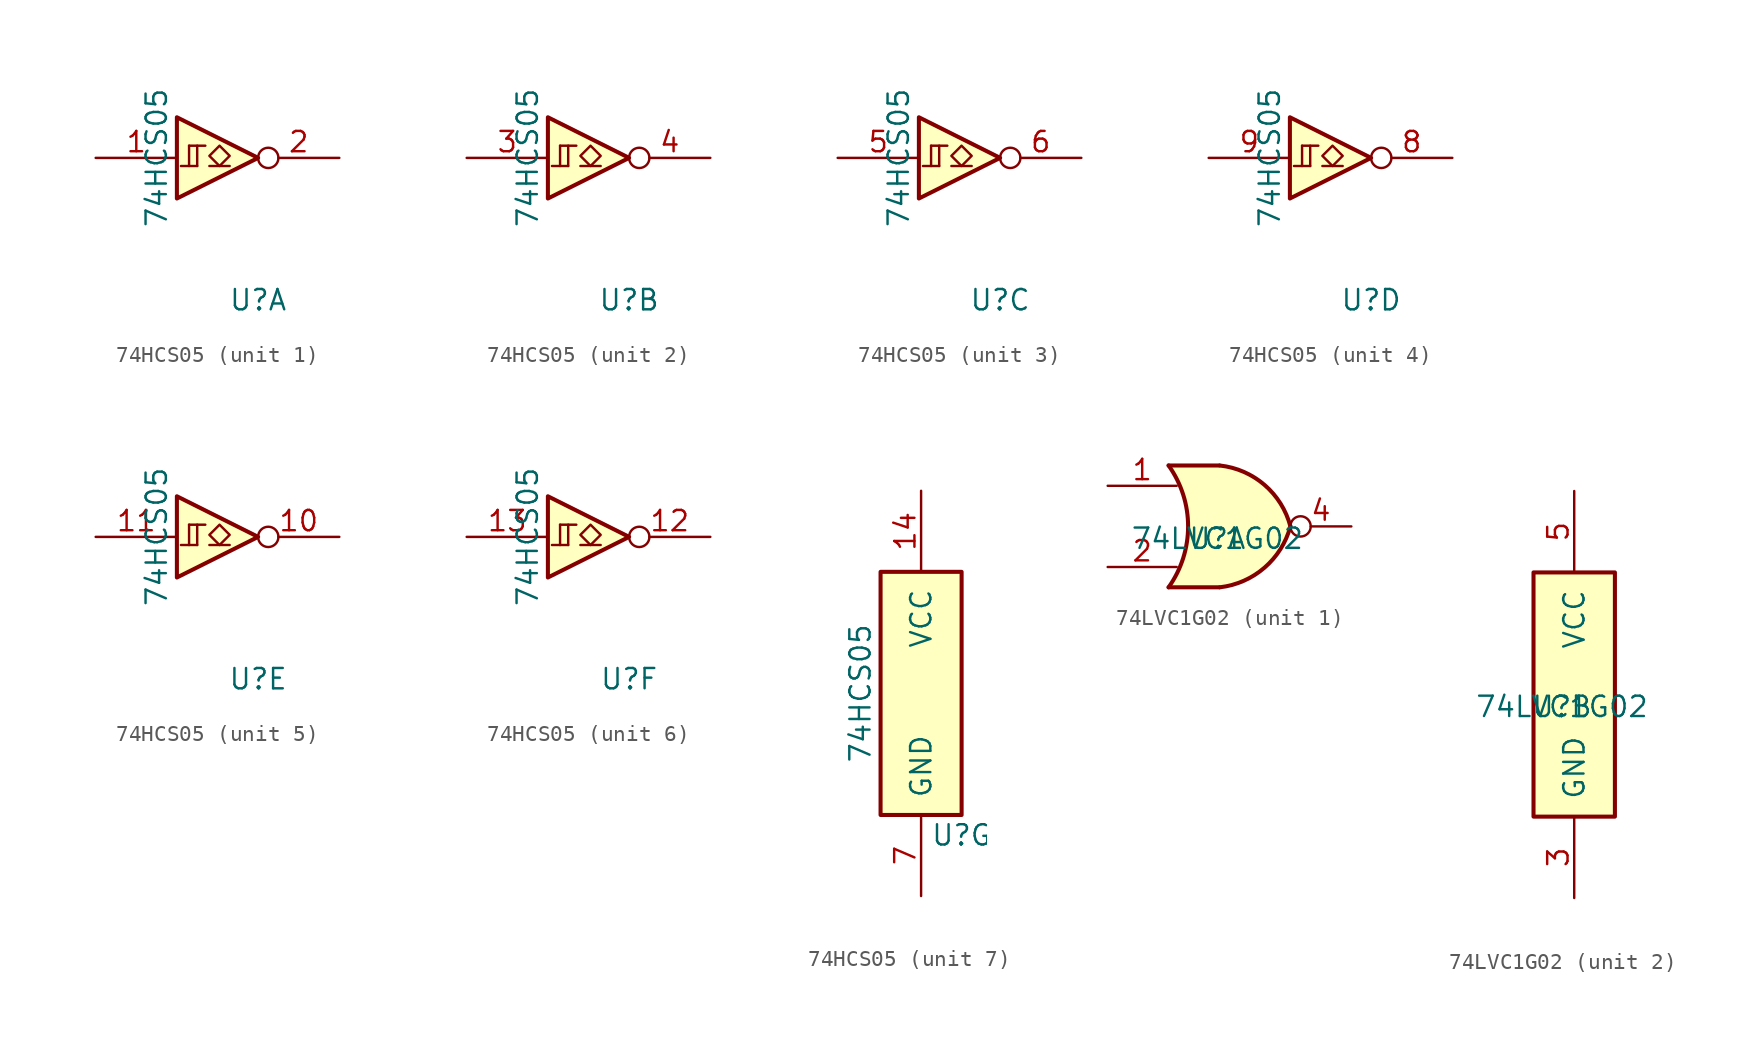
<source format=kicad_sym>
(kicad_symbol_lib
  (version 20211014)
  (generator kicad_symbol_editor)
  (symbol "74HCS05"
    (pin_names
      (offset 1.016))
    (property "Reference" "U"
      (at 2.54 -8.89 0)
      (effects (font (size 1.27 1.27))))
    (property "Value" "74HCS05"
      (at -3.81 0 90)
      (effects (font (size 1.27 1.27))))
    (property "ki_locked" ""
      (at 0 0 0)
      (effects (font (size 1.27 1.27))))
    (symbol "74HCS05_1_0"
      (polyline (pts (xy -2.54 2.54) (xy -2.54 -2.54) (xy 2.54 0) (xy -2.54 2.54)) (stroke (width 0.254) (type default) (color 0 0 0 0)) (fill (type background)))
      (pin input line (at -7.62 0 0) (length 5.08) (name "~" (effects (font (size 1.27 1.27)))) (number "1" (effects (font (size 1.27 1.27)))))
      (pin open_collector inverted (at 7.62 0 180) (length 5.08) (name "~" (effects (font (size 1.27 1.27)))) (number "2" (effects (font (size 1.27 1.27))))))
    (symbol "74HCS05_1_1"
      (polyline (pts (xy -2.286 -0.508) (xy -1.27 -0.508)) (stroke (width 0) (type default) (color 0 0 0 0)) (fill (type none)))
      (polyline (pts (xy -1.778 -0.508) (xy -1.778 0.762)) (stroke (width 0) (type default) (color 0 0 0 0)) (fill (type none)))
      (polyline (pts (xy -1.778 0.762) (xy -0.762 0.762)) (stroke (width 0) (type default) (color 0 0 0 0)) (fill (type none)))
      (polyline (pts (xy -1.27 -0.508) (xy -1.27 0.762)) (stroke (width 0) (type default) (color 0 0 0 0)) (fill (type none)))
      (polyline (pts (xy -0.508 -0.508) (xy 0.762 -0.508)) (stroke (width 0) (type default) (color 0 0 0 0)) (fill (type none)))
      (polyline (pts (xy 0.127 0.762) (xy -0.508 0.127) (xy 0.127 -0.508) (xy 0.762 0.127) (xy 0.127 0.762)) (stroke (width 0) (type default) (color 0 0 0 0)) (fill (type none))))
    (symbol "74HCS05_2_0"
      (polyline (pts (xy -2.54 2.54) (xy -2.54 -2.54) (xy 2.54 0) (xy -2.54 2.54)) (stroke (width 0.254) (type default) (color 0 0 0 0)) (fill (type background)))
      (pin input line (at -7.62 0 0) (length 5.08) (name "~" (effects (font (size 1.27 1.27)))) (number "3" (effects (font (size 1.27 1.27)))))
      (pin open_collector inverted (at 7.62 0 180) (length 5.08) (name "~" (effects (font (size 1.27 1.27)))) (number "4" (effects (font (size 1.27 1.27))))))
    (symbol "74HCS05_2_1"
      (polyline (pts (xy -2.286 -0.508) (xy -1.27 -0.508)) (stroke (width 0) (type default) (color 0 0 0 0)) (fill (type none)))
      (polyline (pts (xy -1.778 -0.508) (xy -1.778 0.762)) (stroke (width 0) (type default) (color 0 0 0 0)) (fill (type none)))
      (polyline (pts (xy -1.778 0.762) (xy -0.762 0.762)) (stroke (width 0) (type default) (color 0 0 0 0)) (fill (type none)))
      (polyline (pts (xy -1.27 -0.508) (xy -1.27 0.762)) (stroke (width 0) (type default) (color 0 0 0 0)) (fill (type none)))
      (polyline (pts (xy -0.508 -0.508) (xy 0.762 -0.508)) (stroke (width 0) (type default) (color 0 0 0 0)) (fill (type none)))
      (polyline (pts (xy 0.127 0.762) (xy -0.508 0.127) (xy 0.127 -0.508) (xy 0.762 0.127) (xy 0.127 0.762)) (stroke (width 0) (type default) (color 0 0 0 0)) (fill (type none))))
    (symbol "74HCS05_3_0"
      (polyline (pts (xy -2.54 2.54) (xy -2.54 -2.54) (xy 2.54 0) (xy -2.54 2.54)) (stroke (width 0.254) (type default) (color 0 0 0 0)) (fill (type background)))
      (pin input line (at -7.62 0 0) (length 5.08) (name "~" (effects (font (size 1.27 1.27)))) (number "5" (effects (font (size 1.27 1.27)))))
      (pin open_collector inverted (at 7.62 0 180) (length 5.08) (name "~" (effects (font (size 1.27 1.27)))) (number "6" (effects (font (size 1.27 1.27))))))
    (symbol "74HCS05_3_1"
      (polyline (pts (xy -2.286 -0.508) (xy -1.27 -0.508)) (stroke (width 0) (type default) (color 0 0 0 0)) (fill (type none)))
      (polyline (pts (xy -1.778 -0.508) (xy -1.778 0.762)) (stroke (width 0) (type default) (color 0 0 0 0)) (fill (type none)))
      (polyline (pts (xy -1.778 0.762) (xy -0.762 0.762)) (stroke (width 0) (type default) (color 0 0 0 0)) (fill (type none)))
      (polyline (pts (xy -1.27 -0.508) (xy -1.27 0.762)) (stroke (width 0) (type default) (color 0 0 0 0)) (fill (type none)))
      (polyline (pts (xy -0.508 -0.508) (xy 0.762 -0.508)) (stroke (width 0) (type default) (color 0 0 0 0)) (fill (type none)))
      (polyline (pts (xy 0.127 0.762) (xy -0.508 0.127) (xy 0.127 -0.508) (xy 0.762 0.127) (xy 0.127 0.762)) (stroke (width 0) (type default) (color 0 0 0 0)) (fill (type none))))
    (symbol "74HCS05_4_0"
      (polyline (pts (xy -2.54 2.54) (xy -2.54 -2.54) (xy 2.54 0) (xy -2.54 2.54)) (stroke (width 0.254) (type default) (color 0 0 0 0)) (fill (type background)))
      (pin open_collector inverted (at 7.62 0 180) (length 5.08) (name "~" (effects (font (size 1.27 1.27)))) (number "8" (effects (font (size 1.27 1.27)))))
      (pin input line (at -7.62 0 0) (length 5.08) (name "~" (effects (font (size 1.27 1.27)))) (number "9" (effects (font (size 1.27 1.27))))))
    (symbol "74HCS05_4_1"
      (polyline (pts (xy -2.286 -0.508) (xy -1.27 -0.508)) (stroke (width 0) (type default) (color 0 0 0 0)) (fill (type none)))
      (polyline (pts (xy -1.778 -0.508) (xy -1.778 0.762)) (stroke (width 0) (type default) (color 0 0 0 0)) (fill (type none)))
      (polyline (pts (xy -1.778 0.762) (xy -0.762 0.762)) (stroke (width 0) (type default) (color 0 0 0 0)) (fill (type none)))
      (polyline (pts (xy -1.27 -0.508) (xy -1.27 0.762)) (stroke (width 0) (type default) (color 0 0 0 0)) (fill (type none)))
      (polyline (pts (xy -0.508 -0.508) (xy 0.762 -0.508)) (stroke (width 0) (type default) (color 0 0 0 0)) (fill (type none)))
      (polyline (pts (xy 0.127 0.762) (xy -0.508 0.127) (xy 0.127 -0.508) (xy 0.762 0.127) (xy 0.127 0.762)) (stroke (width 0) (type default) (color 0 0 0 0)) (fill (type none))))
    (symbol "74HCS05_5_0"
      (polyline (pts (xy -2.54 2.54) (xy -2.54 -2.54) (xy 2.54 0) (xy -2.54 2.54)) (stroke (width 0.254) (type default) (color 0 0 0 0)) (fill (type background)))
      (pin open_collector inverted (at 7.62 0 180) (length 5.08) (name "~" (effects (font (size 1.27 1.27)))) (number "10" (effects (font (size 1.27 1.27)))))
      (pin input line (at -7.62 0 0) (length 5.08) (name "~" (effects (font (size 1.27 1.27)))) (number "11" (effects (font (size 1.27 1.27))))))
    (symbol "74HCS05_5_1"
      (polyline (pts (xy -2.286 -0.508) (xy -1.27 -0.508)) (stroke (width 0) (type default) (color 0 0 0 0)) (fill (type none)))
      (polyline (pts (xy -1.778 -0.508) (xy -1.778 0.762)) (stroke (width 0) (type default) (color 0 0 0 0)) (fill (type none)))
      (polyline (pts (xy -1.778 0.762) (xy -0.762 0.762)) (stroke (width 0) (type default) (color 0 0 0 0)) (fill (type none)))
      (polyline (pts (xy -1.27 -0.508) (xy -1.27 0.762)) (stroke (width 0) (type default) (color 0 0 0 0)) (fill (type none)))
      (polyline (pts (xy -0.508 -0.508) (xy 0.762 -0.508)) (stroke (width 0) (type default) (color 0 0 0 0)) (fill (type none)))
      (polyline (pts (xy 0.127 0.762) (xy -0.508 0.127) (xy 0.127 -0.508) (xy 0.762 0.127) (xy 0.127 0.762)) (stroke (width 0) (type default) (color 0 0 0 0)) (fill (type none))))
    (symbol "74HCS05_6_0"
      (polyline (pts (xy -2.54 2.54) (xy -2.54 -2.54) (xy 2.54 0) (xy -2.54 2.54)) (stroke (width 0.254) (type default) (color 0 0 0 0)) (fill (type background)))
      (pin open_collector inverted (at 7.62 0 180) (length 5.08) (name "~" (effects (font (size 1.27 1.27)))) (number "12" (effects (font (size 1.27 1.27)))))
      (pin input line (at -7.62 0 0) (length 5.08) (name "~" (effects (font (size 1.27 1.27)))) (number "13" (effects (font (size 1.27 1.27))))))
    (symbol "74HCS05_6_1"
      (polyline (pts (xy -2.286 -0.508) (xy -1.27 -0.508)) (stroke (width 0) (type default) (color 0 0 0 0)) (fill (type none)))
      (polyline (pts (xy -1.778 -0.508) (xy -1.778 0.762)) (stroke (width 0) (type default) (color 0 0 0 0)) (fill (type none)))
      (polyline (pts (xy -1.778 0.762) (xy -0.762 0.762)) (stroke (width 0) (type default) (color 0 0 0 0)) (fill (type none)))
      (polyline (pts (xy -1.27 -0.508) (xy -1.27 0.762)) (stroke (width 0) (type default) (color 0 0 0 0)) (fill (type none)))
      (polyline (pts (xy -0.508 -0.508) (xy 0.762 -0.508)) (stroke (width 0) (type default) (color 0 0 0 0)) (fill (type none)))
      (polyline (pts (xy 0.127 0.762) (xy -0.508 0.127) (xy 0.127 -0.508) (xy 0.762 0.127) (xy 0.127 0.762)) (stroke (width 0) (type default) (color 0 0 0 0)) (fill (type none))))
    (symbol "74HCS05_7_0"
      (pin power_in line (at 0 12.7 270) (length 5.08) (name "VCC" (effects (font (size 1.27 1.27)))) (number "14" (effects (font (size 1.27 1.27)))))
      (pin power_in line (at 0 -12.7 90) (length 5.08) (name "GND" (effects (font (size 1.27 1.27)))) (number "7" (effects (font (size 1.27 1.27))))))
    (symbol "74HCS05_7_1"
      (rectangle (start -2.54 7.62) (end 2.54 -7.62) (stroke (width 0.254) (type default) (color 0 0 0 0)) (fill (type background)))))
  (symbol "74LVC1G02"
    (pin_names
      (offset 1.016))
    (property "Reference" "U"
      (at -0.762 -0.762 0)
      (effects (font (size 1.27 1.27))))
    (property "Value" "74LVC1G02"
      (at -0.762 -0.762 0)
      (effects (font (size 1.27 1.27))))
    (property "ki_locked" ""
      (at 0 0 0)
      (effects (font (size 1.27 1.27))))
    (symbol "74LVC1G02_1_1"
      (arc (start -3.81 -3.81) (mid -2.589 0) (end -3.81 3.81) (stroke (width 0.254) (type default) (color 0 0 0 0)) (fill (type none)))
      (arc (start -0.6096 -3.81) (mid 2.1855 -2.584) (end 3.81 0) (stroke (width 0.254) (type default) (color 0 0 0 0)) (fill (type background)))
      (polyline (pts (xy -3.81 -3.81) (xy -0.635 -3.81)) (stroke (width 0.254) (type default) (color 0 0 0 0)) (fill (type background)))
      (polyline (pts (xy -3.81 3.81) (xy -0.635 3.81)) (stroke (width 0.254) (type default) (color 0 0 0 0)) (fill (type background)))
      (polyline (pts (xy -0.635 3.81) (xy -3.81 3.81) (xy -3.81 3.81) (xy -3.556 3.404) (xy -3.023 2.261) (xy -2.692 1.041) (xy -2.616 -0.254) (xy -2.769 -1.499) (xy -3.175 -2.718) (xy -3.81 -3.81) (xy -3.81 -3.81) (xy -0.635 -3.81)) (stroke (width -25.4) (type default) (color 0 0 0 0)) (fill (type background)))
      (arc (start 3.81 0) (mid 2.1928 2.5925) (end -0.6096 3.81) (stroke (width 0.254) (type default) (color 0 0 0 0)) (fill (type background)))
      (pin input line (at -7.62 2.54 0) (length 4.318) (name "~" (effects (font (size 1.27 1.27)))) (number "1" (effects (font (size 1.27 1.27)))))
      (pin input line (at -7.62 -2.54 0) (length 4.318) (name "~" (effects (font (size 1.27 1.27)))) (number "2" (effects (font (size 1.27 1.27)))))
      (pin output inverted (at 7.62 0 180) (length 3.81) (name "~" (effects (font (size 1.27 1.27)))) (number "4" (effects (font (size 1.27 1.27))))))
    (symbol "74LVC1G02_2_0"
      (pin power_in line (at 0 -12.7 90) (length 5.08) (name "GND" (effects (font (size 1.27 1.27)))) (number "3" (effects (font (size 1.27 1.27)))))
      (pin power_in line (at 0 12.7 270) (length 5.08) (name "VCC" (effects (font (size 1.27 1.27)))) (number "5" (effects (font (size 1.27 1.27))))))
    (symbol "74LVC1G02_2_1"
      (rectangle (start -2.54 7.62) (end 2.54 -7.62) (stroke (width 0.254) (type default) (color 0 0 0 0)) (fill (type background))))))
</source>
